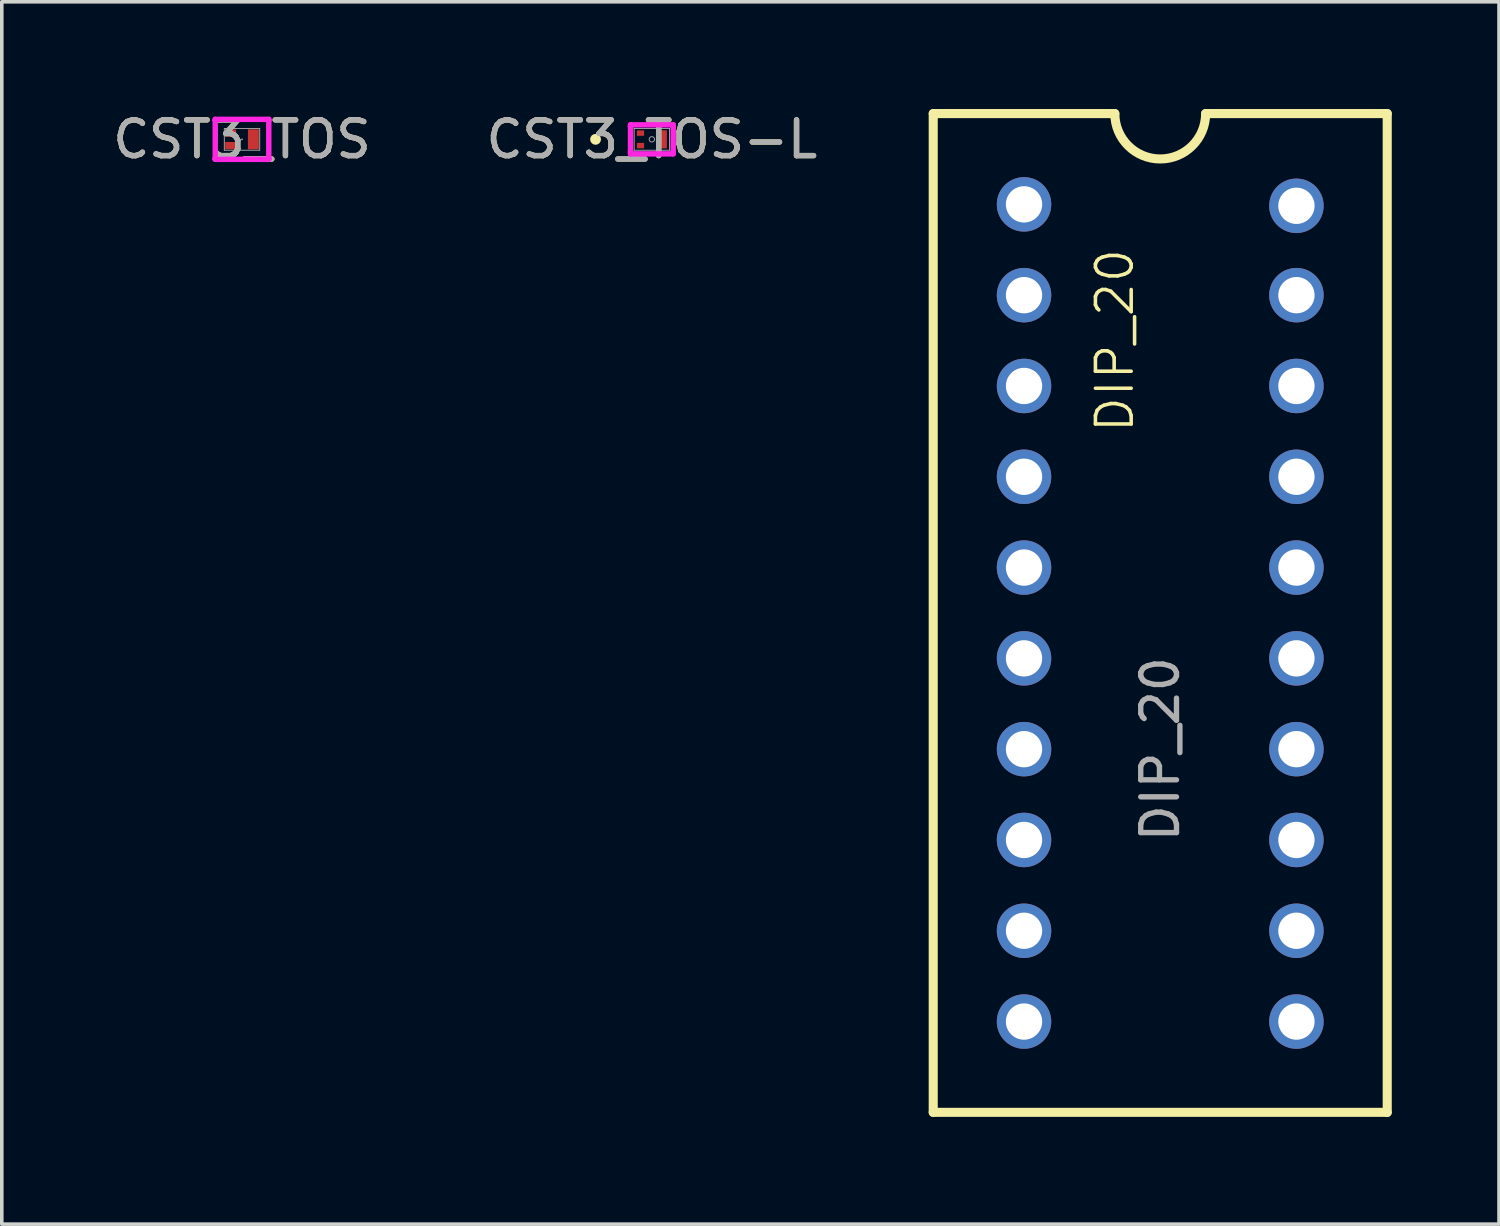
<source format=kicad_pcb>
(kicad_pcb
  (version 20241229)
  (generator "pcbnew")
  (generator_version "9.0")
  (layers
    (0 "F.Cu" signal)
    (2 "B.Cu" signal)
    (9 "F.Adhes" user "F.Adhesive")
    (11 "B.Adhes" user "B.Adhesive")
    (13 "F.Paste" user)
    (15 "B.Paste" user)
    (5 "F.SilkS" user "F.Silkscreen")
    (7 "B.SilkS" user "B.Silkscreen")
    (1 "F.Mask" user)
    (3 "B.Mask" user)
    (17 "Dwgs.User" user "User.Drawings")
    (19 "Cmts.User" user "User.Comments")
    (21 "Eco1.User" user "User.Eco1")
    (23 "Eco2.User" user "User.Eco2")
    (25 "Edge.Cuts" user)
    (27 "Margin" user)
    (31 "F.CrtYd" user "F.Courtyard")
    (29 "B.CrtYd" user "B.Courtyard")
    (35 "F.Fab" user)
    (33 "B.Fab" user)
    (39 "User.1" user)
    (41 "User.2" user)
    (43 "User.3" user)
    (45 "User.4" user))
  (footprint "CST3_TOS-L"
    (layer "F.Cu")
    (at 15.185 0.848)
    (property "Reference" "CST3_TOS-L" (at 0 0 0) (unlocked yes) (layer "F.SilkS") (effects (font (size 1 1) (thickness 0.15))))
    (attr smd)
    (fp_circle (center -1.575 0) (end -1.499 0) (stroke (width 0.152) (type solid)) (fill no) (layer "F.SilkS"))
    (fp_line (start -0.597 -0.406) (end 0.597 -0.406) (stroke (width 0.152) (type solid)) (layer "F.CrtYd"))
    (fp_line (start -0.597 -0.356) (end -0.597 -0.406) (stroke (width 0.152) (type solid)) (layer "F.CrtYd"))
    (fp_line (start -0.597 -0.356) (end -0.597 -0.356) (stroke (width 0.152) (type solid)) (layer "F.CrtYd"))
    (fp_line (start -0.597 0.356) (end -0.597 -0.356) (stroke (width 0.152) (type solid)) (layer "F.CrtYd"))
    (fp_line (start -0.597 0.356) (end -0.597 0.356) (stroke (width 0.152) (type solid)) (layer "F.CrtYd"))
    (fp_line (start -0.597 0.406) (end -0.597 0.356) (stroke (width 0.152) (type solid)) (layer "F.CrtYd"))
    (fp_line (start 0.597 -0.406) (end 0.597 -0.356) (stroke (width 0.152) (type solid)) (layer "F.CrtYd"))
    (fp_line (start 0.597 -0.356) (end 0.597 -0.356) (stroke (width 0.152) (type solid)) (layer "F.CrtYd"))
    (fp_line (start 0.597 -0.356) (end 0.597 0.356) (stroke (width 0.152) (type solid)) (layer "F.CrtYd"))
    (fp_line (start 0.597 0.356) (end 0.597 0.356) (stroke (width 0.152) (type solid)) (layer "F.CrtYd"))
    (fp_line (start 0.597 0.356) (end 0.597 0.406) (stroke (width 0.152) (type solid)) (layer "F.CrtYd"))
    (fp_line (start 0.597 0.406) (end -0.597 0.406) (stroke (width 0.152) (type solid)) (layer "F.CrtYd"))
    (fp_line (start -0.495 -0.305) (end -0.495 0.305) (stroke (width 0.025) (type solid)) (layer "F.Fab"))
    (fp_line (start -0.495 0.305) (end 0.495 0.305) (stroke (width 0.025) (type solid)) (layer "F.Fab"))
    (fp_line (start 0.495 -0.305) (end -0.495 -0.305) (stroke (width 0.025) (type solid)) (layer "F.Fab"))
    (fp_line (start 0.495 0.305) (end 0.495 -0.305) (stroke (width 0.025) (type solid)) (layer "F.Fab"))
    (fp_circle (center 0 0) (end 0.076 0) (stroke (width 0.025) (type solid)) (fill no) (layer "F.Fab"))
    (fp_text user "${REFERENCE}" (at 0 0 0) (unlocked yes) (layer "F.Fab") (effects (font (size 1 1) (thickness 0.15))))
    (pad "1" smd rect (at -0.318 -0.175) (size 0.203 0.152) (layers "F.Cu" "F.Mask" "F.Paste"))
    (pad "2" smd rect (at -0.318 0.175) (size 0.203 0.152) (layers "F.Cu" "F.Mask" "F.Paste"))
    (pad "3" smd rect (at 0.318 0) (size 0.203 0.508) (layers "F.Cu" "F.Mask" "F.Paste")))
  (footprint "CST3_TOS"
    (layer "F.Cu")
    (at 3.72 0.848)
    (property "Reference" "CST3_TOS" (at 0 0 0) (unlocked yes) (layer "F.SilkS") (effects (font (size 1 1) (thickness 0.15))))
    (attr smd)
    (fp_line (start -0.749 -0.559) (end 0.749 -0.559) (stroke (width 0.152) (type solid)) (layer "F.CrtYd"))
    (fp_line (start -0.749 -0.533) (end -0.749 -0.559) (stroke (width 0.152) (type solid)) (layer "F.CrtYd"))
    (fp_line (start -0.749 -0.533) (end -0.749 -0.533) (stroke (width 0.152) (type solid)) (layer "F.CrtYd"))
    (fp_line (start -0.749 0.533) (end -0.749 -0.533) (stroke (width 0.152) (type solid)) (layer "F.CrtYd"))
    (fp_line (start -0.749 0.533) (end -0.749 0.533) (stroke (width 0.152) (type solid)) (layer "F.CrtYd"))
    (fp_line (start -0.749 0.559) (end -0.749 0.533) (stroke (width 0.152) (type solid)) (layer "F.CrtYd"))
    (fp_line (start 0.749 -0.559) (end 0.749 -0.533) (stroke (width 0.152) (type solid)) (layer "F.CrtYd"))
    (fp_line (start 0.749 -0.533) (end 0.749 -0.533) (stroke (width 0.152) (type solid)) (layer "F.CrtYd"))
    (fp_line (start 0.749 -0.533) (end 0.749 0.533) (stroke (width 0.152) (type solid)) (layer "F.CrtYd"))
    (fp_line (start 0.749 0.533) (end 0.749 0.533) (stroke (width 0.152) (type solid)) (layer "F.CrtYd"))
    (fp_line (start 0.749 0.533) (end 0.749 0.559) (stroke (width 0.152) (type solid)) (layer "F.CrtYd"))
    (fp_line (start 0.749 0.559) (end -0.749 0.559) (stroke (width 0.152) (type solid)) (layer "F.CrtYd"))
    (fp_line (start -0.495 -0.305) (end -0.495 0.305) (stroke (width 0.025) (type solid)) (layer "F.Fab"))
    (fp_line (start -0.495 0.305) (end 0.495 0.305) (stroke (width 0.025) (type solid)) (layer "F.Fab"))
    (fp_line (start 0.495 -0.305) (end -0.495 -0.305) (stroke (width 0.025) (type solid)) (layer "F.Fab"))
    (fp_line (start 0.495 0.305) (end 0.495 -0.305) (stroke (width 0.025) (type solid)) (layer "F.Fab"))
    (fp_circle (center 0 0) (end 0 0) (stroke (width 0.025) (type solid)) (fill no) (layer "F.Fab"))
    (fp_text user "${REFERENCE}" (at 0 0 0) (unlocked yes) (layer "F.Fab") (effects (font (size 1 1) (thickness 0.15))))
    (pad "1" smd rect (at -0.318 -0.175) (size 0.305 0.203) (layers "F.Cu" "F.Mask" "F.Paste"))
    (pad "2" smd rect (at -0.318 0.175) (size 0.305 0.203) (layers "F.Cu" "F.Mask" "F.Paste"))
    (pad "3" smd rect (at 0.318 0) (size 0.305 0.559) (layers "F.Cu" "F.Mask" "F.Paste")))
  (footprint "DIP_20"
    (layer "F.Cu")
    (at 29.406 25.527)
    (property "Reference" "DIP_20" (at -1.27 -19.05 90) (unlocked yes) (layer "F.SilkS") (effects (font (size 1 1) (thickness 0.1))))
    (attr smd)
    (fp_line (start -6.35 -25.4) (end -6.35 2.54) (stroke (width 0.254) (type default)) (layer "F.SilkS"))
    (fp_line (start -6.35 -25.4) (end -1.27 -25.4) (stroke (width 0.254) (type default)) (layer "F.SilkS"))
    (fp_line (start -6.35 2.54) (end 6.35 2.54) (stroke (width 0.254) (type default)) (layer "F.SilkS"))
    (fp_line (start 6.35 -25.4) (end 1.27 -25.4) (stroke (width 0.254) (type default)) (layer "F.SilkS"))
    (fp_line (start 6.35 2.54) (end 6.35 -25.4) (stroke (width 0.254) (type default)) (layer "F.SilkS"))
    (fp_arc (start 1.27 -25.4) (mid 0 -24.13) (end -1.27 -25.4) (stroke (width 0.254) (type default)) (layer "F.SilkS"))
    (fp_text user "${REFERENCE}" (at 0 -7.62 90) (unlocked yes) (layer "F.Fab") (effects (font (size 1 1) (thickness 0.15))))
    (pad "1" thru_hole circle (at -3.81 -22.86) (size 1.524 1.524) (drill 1.016) (layers "*.Cu" "*.Mask"))
    (pad "2" thru_hole circle (at -3.81 -20.32) (size 1.524 1.524) (drill 1.016) (layers "*.Cu" "*.Mask"))
    (pad "3" thru_hole circle (at -3.81 -17.78) (size 1.524 1.524) (drill 1.016) (layers "*.Cu" "*.Mask"))
    (pad "4" thru_hole circle (at -3.81 -15.24) (size 1.524 1.524) (drill 1.016) (layers "*.Cu" "*.Mask"))
    (pad "5" thru_hole circle (at -3.81 -12.7) (size 1.524 1.524) (drill 1.016) (layers "*.Cu" "*.Mask"))
    (pad "6" thru_hole circle (at -3.81 -10.16) (size 1.524 1.524) (drill 1.016) (layers "*.Cu" "*.Mask"))
    (pad "7" thru_hole circle (at -3.81 -7.62) (size 1.524 1.524) (drill 1.016) (layers "*.Cu" "*.Mask"))
    (pad "8" thru_hole circle (at -3.81 -5.08) (size 1.524 1.524) (drill 1.016) (layers "*.Cu" "*.Mask"))
    (pad "9" thru_hole circle (at -3.81 -2.54) (size 1.524 1.524) (drill 1.016) (layers "*.Cu" "*.Mask"))
    (pad "10" thru_hole circle (at -3.81 0) (size 1.524 1.524) (drill 1.016) (layers "*.Cu" "*.Mask"))
    (pad "11" thru_hole circle (at 3.81 0) (size 1.524 1.524) (drill 1.016) (layers "*.Cu" "*.Mask"))
    (pad "12" thru_hole circle (at 3.81 -2.54) (size 1.524 1.524) (drill 1.016) (layers "*.Cu" "*.Mask"))
    (pad "13" thru_hole circle (at 3.81 -5.08) (size 1.524 1.524) (drill 1.016) (layers "*.Cu" "*.Mask"))
    (pad "14" thru_hole circle (at 3.81 -7.62) (size 1.524 1.524) (drill 1.016) (layers "*.Cu" "*.Mask"))
    (pad "15" thru_hole circle (at 3.81 -10.16) (size 1.524 1.524) (drill 1.016) (layers "*.Cu" "*.Mask"))
    (pad "16" thru_hole circle (at 3.81 -12.7) (size 1.524 1.524) (drill 1.016) (layers "*.Cu" "*.Mask"))
    (pad "17" thru_hole circle (at 3.81 -15.24) (size 1.524 1.524) (drill 1.016) (layers "*.Cu" "*.Mask"))
    (pad "18" thru_hole circle (at 3.81 -17.78) (size 1.524 1.524) (drill 1.016) (layers "*.Cu" "*.Mask"))
    (pad "19" thru_hole circle (at 3.81 -20.32) (size 1.524 1.524) (drill 1.016) (layers "*.Cu" "*.Mask"))
    (pad "20" thru_hole circle (at 3.81 -22.82) (size 1.524 1.524) (drill 1.016) (layers "*.Cu" "*.Mask")))
  (gr_rect
    (start -3 -3)
    (end 38.883 31.194)
    (stroke (width 0.1) (type default))
    (fill no)
    (layer "Edge.Cuts")))
</source>
